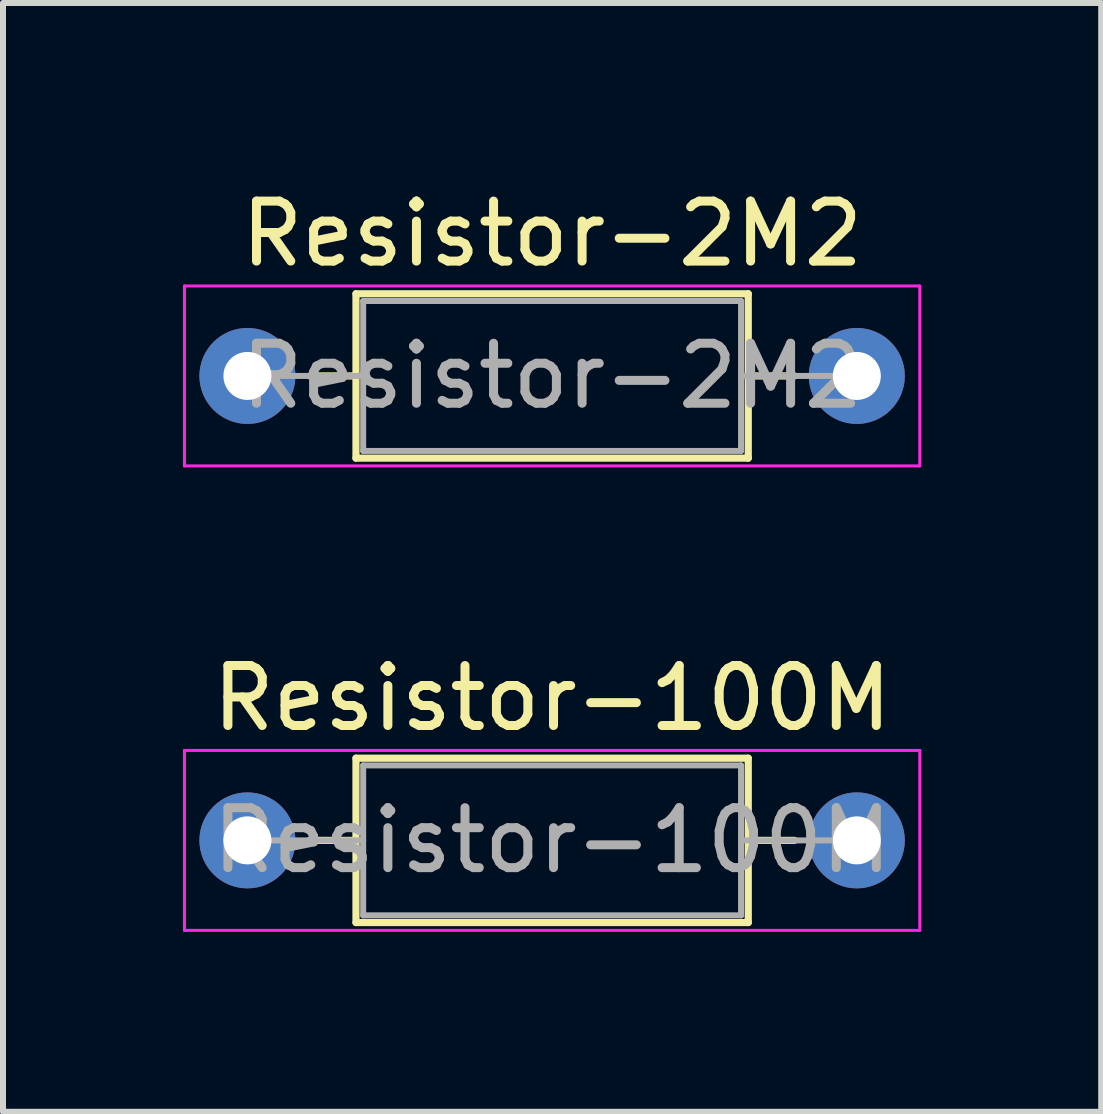
<source format=kicad_pcb>
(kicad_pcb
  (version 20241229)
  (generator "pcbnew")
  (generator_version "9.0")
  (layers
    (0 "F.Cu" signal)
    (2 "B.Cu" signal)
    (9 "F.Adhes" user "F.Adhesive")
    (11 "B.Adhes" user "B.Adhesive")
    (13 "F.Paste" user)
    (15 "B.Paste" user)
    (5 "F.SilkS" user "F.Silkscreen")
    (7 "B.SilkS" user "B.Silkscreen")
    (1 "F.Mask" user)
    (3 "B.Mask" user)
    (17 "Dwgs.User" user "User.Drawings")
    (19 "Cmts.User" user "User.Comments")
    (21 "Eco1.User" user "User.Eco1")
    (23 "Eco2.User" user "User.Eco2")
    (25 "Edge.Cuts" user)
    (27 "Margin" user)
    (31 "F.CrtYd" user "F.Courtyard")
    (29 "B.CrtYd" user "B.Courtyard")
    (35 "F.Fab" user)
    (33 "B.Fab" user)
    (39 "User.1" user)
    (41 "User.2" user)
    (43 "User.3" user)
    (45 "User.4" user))
  (footprint "Resistor-100M"
    (layer "F.Cu")
    (at 6.155 10.961)
    (property "Reference" "Resistor-100M" (at 0 -2.37 0) (layer "F.SilkS") (effects (font (size 1 1) (thickness 0.15))))
    (attr through_hole)
    (fp_line (start -4.04 0) (end -3.27 0) (stroke (width 0.12) (type solid)) (layer "F.SilkS"))
    (fp_line (start -3.27 -1.37) (end -3.27 1.37) (stroke (width 0.12) (type solid)) (layer "F.SilkS"))
    (fp_line (start -3.27 1.37) (end 3.27 1.37) (stroke (width 0.12) (type solid)) (layer "F.SilkS"))
    (fp_line (start 3.27 -1.37) (end -3.27 -1.37) (stroke (width 0.12) (type solid)) (layer "F.SilkS"))
    (fp_line (start 3.27 1.37) (end 3.27 -1.37) (stroke (width 0.12) (type solid)) (layer "F.SilkS"))
    (fp_line (start 4.04 0) (end 3.27 0) (stroke (width 0.12) (type solid)) (layer "F.SilkS"))
    (fp_line (start -6.13 -1.5) (end -6.13 1.5) (stroke (width 0.05) (type solid)) (layer "F.CrtYd"))
    (fp_line (start -6.13 1.5) (end 6.13 1.5) (stroke (width 0.05) (type solid)) (layer "F.CrtYd"))
    (fp_line (start 6.13 -1.5) (end -6.13 -1.5) (stroke (width 0.05) (type solid)) (layer "F.CrtYd"))
    (fp_line (start 6.13 1.5) (end 6.13 -1.5) (stroke (width 0.05) (type solid)) (layer "F.CrtYd"))
    (fp_line (start -5.08 0) (end -3.15 0) (stroke (width 0.1) (type solid)) (layer "F.Fab"))
    (fp_line (start -3.15 -1.25) (end -3.15 1.25) (stroke (width 0.1) (type solid)) (layer "F.Fab"))
    (fp_line (start -3.15 1.25) (end 3.15 1.25) (stroke (width 0.1) (type solid)) (layer "F.Fab"))
    (fp_line (start 3.15 -1.25) (end -3.15 -1.25) (stroke (width 0.1) (type solid)) (layer "F.Fab"))
    (fp_line (start 3.15 1.25) (end 3.15 -1.25) (stroke (width 0.1) (type solid)) (layer "F.Fab"))
    (fp_line (start 5.08 0) (end 3.15 0) (stroke (width 0.1) (type solid)) (layer "F.Fab"))
    (fp_text user "${REFERENCE}" (at 0 0 0) (layer "F.Fab") (effects (font (size 1 1) (thickness 0.15))))
    (pad "1" thru_hole circle (at -5.08 0) (size 1.6 1.6) (drill 0.8) (layers "*.Cu" "*.Mask"))
    (pad "2" thru_hole oval (at 5.08 0) (size 1.6 1.6) (drill 0.8) (layers "*.Cu" "*.Mask")))
  (footprint "Resistor-2M2"
    (layer "F.Cu")
    (at 6.155 3.218)
    (property "Reference" "Resistor-2M2" (at 0 -2.37 0) (layer "F.SilkS") (effects (font (size 1 1) (thickness 0.15))))
    (attr through_hole)
    (fp_line (start -4.04 0) (end -3.27 0) (stroke (width 0.12) (type solid)) (layer "F.SilkS"))
    (fp_line (start -3.27 -1.37) (end -3.27 1.37) (stroke (width 0.12) (type solid)) (layer "F.SilkS"))
    (fp_line (start -3.27 1.37) (end 3.27 1.37) (stroke (width 0.12) (type solid)) (layer "F.SilkS"))
    (fp_line (start 3.27 -1.37) (end -3.27 -1.37) (stroke (width 0.12) (type solid)) (layer "F.SilkS"))
    (fp_line (start 3.27 1.37) (end 3.27 -1.37) (stroke (width 0.12) (type solid)) (layer "F.SilkS"))
    (fp_line (start 4.04 0) (end 3.27 0) (stroke (width 0.12) (type solid)) (layer "F.SilkS"))
    (fp_line (start -6.13 -1.5) (end -6.13 1.5) (stroke (width 0.05) (type solid)) (layer "F.CrtYd"))
    (fp_line (start -6.13 1.5) (end 6.13 1.5) (stroke (width 0.05) (type solid)) (layer "F.CrtYd"))
    (fp_line (start 6.13 -1.5) (end -6.13 -1.5) (stroke (width 0.05) (type solid)) (layer "F.CrtYd"))
    (fp_line (start 6.13 1.5) (end 6.13 -1.5) (stroke (width 0.05) (type solid)) (layer "F.CrtYd"))
    (fp_line (start -5.08 0) (end -3.15 0) (stroke (width 0.1) (type solid)) (layer "F.Fab"))
    (fp_line (start -3.15 -1.25) (end -3.15 1.25) (stroke (width 0.1) (type solid)) (layer "F.Fab"))
    (fp_line (start -3.15 1.25) (end 3.15 1.25) (stroke (width 0.1) (type solid)) (layer "F.Fab"))
    (fp_line (start 3.15 -1.25) (end -3.15 -1.25) (stroke (width 0.1) (type solid)) (layer "F.Fab"))
    (fp_line (start 3.15 1.25) (end 3.15 -1.25) (stroke (width 0.1) (type solid)) (layer "F.Fab"))
    (fp_line (start 5.08 0) (end 3.15 0) (stroke (width 0.1) (type solid)) (layer "F.Fab"))
    (fp_text user "${REFERENCE}" (at 0 0 0) (layer "F.Fab") (effects (font (size 1 1) (thickness 0.15))))
    (pad "1" thru_hole circle (at -5.08 0) (size 1.6 1.6) (drill 0.8) (layers "*.Cu" "*.Mask"))
    (pad "2" thru_hole oval (at 5.08 0) (size 1.6 1.6) (drill 0.8) (layers "*.Cu" "*.Mask")))
  (gr_rect
    (start -3 -3)
    (end 15.31 15.486)
    (stroke (width 0.1) (type default))
    (fill no)
    (layer "Edge.Cuts")))
</source>
